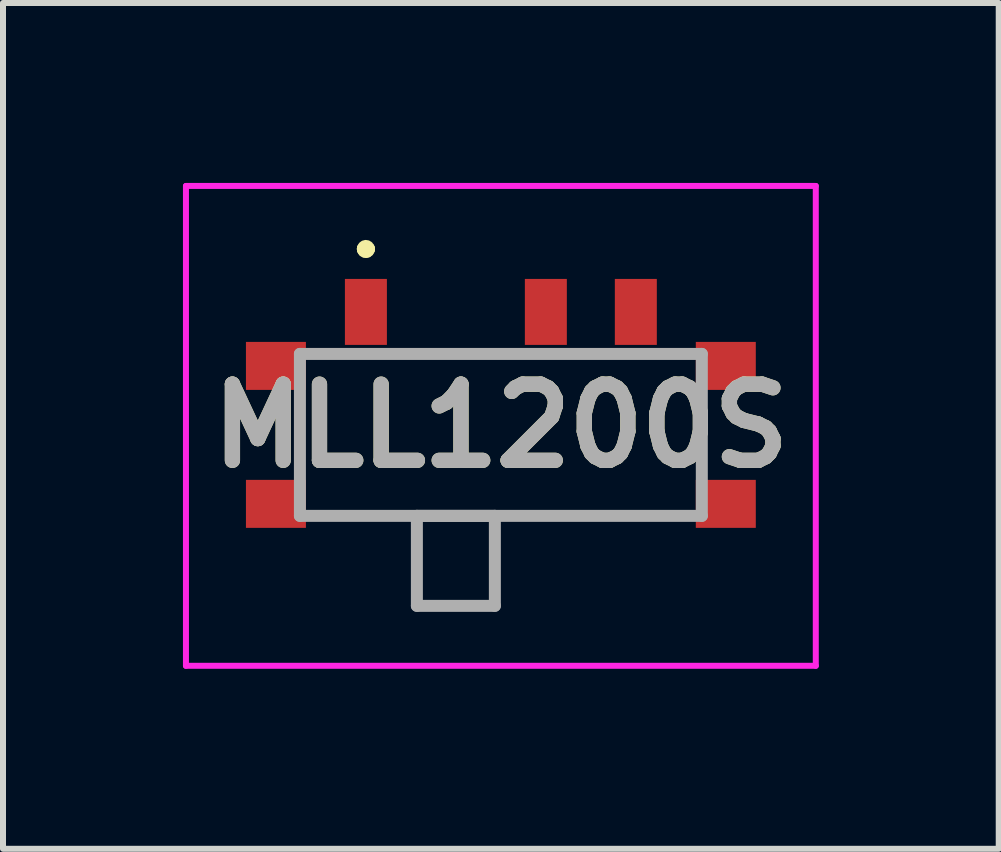
<source format=kicad_pcb>
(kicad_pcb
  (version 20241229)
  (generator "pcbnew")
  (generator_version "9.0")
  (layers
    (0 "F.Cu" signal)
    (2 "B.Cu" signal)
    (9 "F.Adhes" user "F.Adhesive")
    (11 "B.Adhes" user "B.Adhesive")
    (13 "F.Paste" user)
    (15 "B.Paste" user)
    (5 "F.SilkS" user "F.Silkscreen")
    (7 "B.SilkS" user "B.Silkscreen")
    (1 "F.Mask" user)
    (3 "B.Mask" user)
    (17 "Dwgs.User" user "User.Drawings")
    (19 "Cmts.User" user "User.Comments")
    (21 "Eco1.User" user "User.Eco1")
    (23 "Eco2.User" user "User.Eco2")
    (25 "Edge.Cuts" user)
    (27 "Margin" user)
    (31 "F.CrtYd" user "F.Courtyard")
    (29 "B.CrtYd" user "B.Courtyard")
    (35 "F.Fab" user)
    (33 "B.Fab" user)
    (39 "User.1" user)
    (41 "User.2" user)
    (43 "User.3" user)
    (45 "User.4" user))
  (footprint "MLL1200S"
    (layer "F.Cu")
    (at 5.3 4.2)
    (property "Reference" "MLL1200S" (at 0 -0.15 0) (layer "F.SilkS") (effects (font (size 1.27 1.27) (thickness 0.254))))
    (attr through_hole)
    (fp_line (start -3.35 -0.25) (end -3.35 -0.25) (stroke (width 0.1) (type solid)) (layer "F.SilkS"))
    (fp_line (start -3.35 -0.25) (end -3.35 0.25) (stroke (width 0.1) (type solid)) (layer "F.SilkS"))
    (fp_line (start -3.35 0.25) (end -3.35 -0.25) (stroke (width 0.1) (type solid)) (layer "F.SilkS"))
    (fp_line (start -3.35 0.25) (end -3.35 0.25) (stroke (width 0.1) (type solid)) (layer "F.SilkS"))
    (fp_line (start -2.5 1.35) (end -2.5 1.35) (stroke (width 0.1) (type solid)) (layer "F.SilkS"))
    (fp_line (start -2.5 1.35) (end 2.5 1.35) (stroke (width 0.1) (type solid)) (layer "F.SilkS"))
    (fp_line (start -2.3 -3.1) (end -2.3 -3.1) (stroke (width 0.2) (type solid)) (layer "F.SilkS"))
    (fp_line (start -2.3 -3.1) (end -2.3 -3.1) (stroke (width 0.2) (type solid)) (layer "F.SilkS"))
    (fp_line (start -2.2 -3.1) (end -2.2 -3.1) (stroke (width 0.2) (type solid)) (layer "F.SilkS"))
    (fp_line (start -1.5 -1.35) (end -1.5 -1.35) (stroke (width 0.1) (type solid)) (layer "F.SilkS"))
    (fp_line (start -1.5 -1.35) (end 0 -1.35) (stroke (width 0.1) (type solid)) (layer "F.SilkS"))
    (fp_line (start 0 -1.35) (end -1.5 -1.35) (stroke (width 0.1) (type solid)) (layer "F.SilkS"))
    (fp_line (start 0 -1.35) (end 0 -1.35) (stroke (width 0.1) (type solid)) (layer "F.SilkS"))
    (fp_line (start 2.5 1.35) (end -2.5 1.35) (stroke (width 0.1) (type solid)) (layer "F.SilkS"))
    (fp_line (start 2.5 1.35) (end 2.5 1.35) (stroke (width 0.1) (type solid)) (layer "F.SilkS"))
    (fp_line (start 3.35 -0.25) (end 3.35 -0.25) (stroke (width 0.1) (type solid)) (layer "F.SilkS"))
    (fp_line (start 3.35 -0.25) (end 3.35 0.25) (stroke (width 0.1) (type solid)) (layer "F.SilkS"))
    (fp_line (start 3.35 0.25) (end 3.35 -0.25) (stroke (width 0.1) (type solid)) (layer "F.SilkS"))
    (fp_line (start 3.35 0.25) (end 3.35 0.25) (stroke (width 0.1) (type solid)) (layer "F.SilkS"))
    (fp_arc (start -2.3 -3.1) (mid -2.25 -3.15) (end -2.2 -3.1) (stroke (width 0.2) (type solid)) (layer "F.SilkS"))
    (fp_arc (start -2.2 -3.1) (mid -2.25 -3.05) (end -2.3 -3.1) (stroke (width 0.2) (type solid)) (layer "F.SilkS"))
    (fp_arc (start -2.2 -3.1) (mid -2.25 -3.05) (end -2.3 -3.1) (stroke (width 0.2) (type solid)) (layer "F.SilkS"))
    (fp_line (start -5.25 -4.15) (end 5.25 -4.15) (stroke (width 0.1) (type solid)) (layer "F.CrtYd"))
    (fp_line (start -5.25 3.85) (end -5.25 -4.15) (stroke (width 0.1) (type solid)) (layer "F.CrtYd"))
    (fp_line (start 5.25 -4.15) (end 5.25 3.85) (stroke (width 0.1) (type solid)) (layer "F.CrtYd"))
    (fp_line (start 5.25 3.85) (end -5.25 3.85) (stroke (width 0.1) (type solid)) (layer "F.CrtYd"))
    (fp_line (start -3.35 -1.35) (end -3.35 1.35) (stroke (width 0.2) (type solid)) (layer "F.Fab"))
    (fp_line (start -3.35 1.35) (end 3.35 1.35) (stroke (width 0.2) (type solid)) (layer "F.Fab"))
    (fp_line (start -1.4 1.35) (end -0.1 1.35) (stroke (width 0.2) (type solid)) (layer "F.Fab"))
    (fp_line (start -1.4 2.85) (end -1.4 1.35) (stroke (width 0.2) (type solid)) (layer "F.Fab"))
    (fp_line (start -0.1 1.35) (end -0.1 2.85) (stroke (width 0.2) (type solid)) (layer "F.Fab"))
    (fp_line (start -0.1 2.85) (end -1.4 2.85) (stroke (width 0.2) (type solid)) (layer "F.Fab"))
    (fp_line (start 3.35 -1.35) (end -3.35 -1.35) (stroke (width 0.2) (type solid)) (layer "F.Fab"))
    (fp_line (start 3.35 1.35) (end 3.35 -1.35) (stroke (width 0.2) (type solid)) (layer "F.Fab"))
    (fp_text user "${REFERENCE}" (at 0 -0.15 0) (layer "F.Fab") (effects (font (size 1.27 1.27) (thickness 0.254))))
    (pad "" np_thru_hole circle (at -1.5 0) (size 0.001 0.001) (drill 1) (layers "*.Cu" "*.Mask"))
    (pad "" np_thru_hole circle (at 1.5 0) (size 0.001 0.001) (drill 1) (layers "*.Cu" "*.Mask"))
    (pad "1" smd rect (at -2.25 -2.05) (size 0.7 1.1) (layers "F.Cu" "F.Mask" "F.Paste"))
    (pad "2" smd rect (at 0.75 -2.05) (size 0.7 1.1) (layers "F.Cu" "F.Mask" "F.Paste"))
    (pad "3" smd rect (at 2.25 -2.05) (size 0.7 1.1) (layers "F.Cu" "F.Mask" "F.Paste"))
    (pad "MP1" smd rect (at -3.75 -1.15 90) (size 0.8 1) (layers "F.Cu" "F.Mask" "F.Paste"))
    (pad "MP2" smd rect (at 3.75 -1.15 90) (size 0.8 1) (layers "F.Cu" "F.Mask" "F.Paste"))
    (pad "MP3" smd rect (at 3.75 1.15 90) (size 0.8 1) (layers "F.Cu" "F.Mask" "F.Paste"))
    (pad "MP4" smd rect (at -3.75 1.15 90) (size 0.8 1) (layers "F.Cu" "F.Mask" "F.Paste")))
  (gr_rect
    (start -3 -3)
    (end 13.6 11.1)
    (stroke (width 0.1) (type default))
    (fill no)
    (layer "Edge.Cuts")))
</source>
